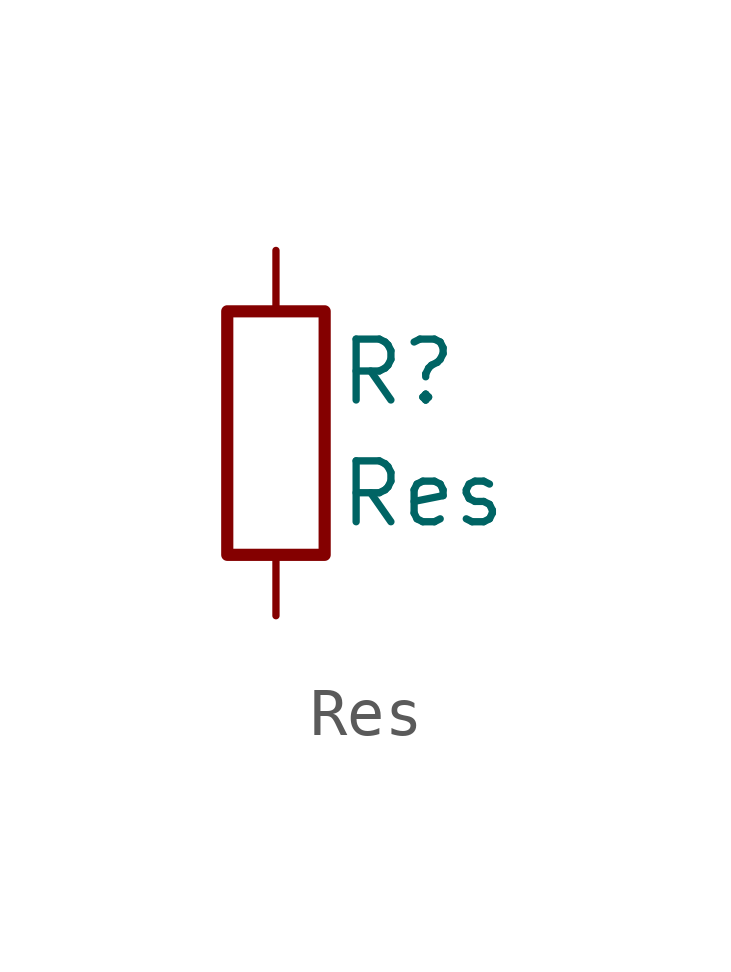
<source format=kicad_sym>
(kicad_symbol_lib
  (version 20241209)
  (generator "kicad_symbol_editor")
  (generator_version "9.0")
  (symbol "Res"
    (pin_numbers
      (hide yes))
    (pin_names
      (offset 0))
    (property "Reference" "R"
      (at 1.27 1.27 0)
      (effects (font (size 1.27 1.27)) (justify left)))
    (property "Value" "Res"
      (at 1.27 -1.27 0)
      (effects (font (size 1.27 1.27)) (justify left)))
    (symbol "Res_0_1"
      (rectangle (start -1.016 -2.54) (end 1.016 2.54) (stroke (width 0.254) (type default)) (fill (type none))))
    (symbol "Res_1_1"
      (pin passive line (at 0 3.81 270) (length 1.27) (name "~" (effects (font (size 1.27 1.27)))) (number "1" (effects (font (size 1.27 1.27)))))
      (pin passive line (at 0 -3.81 90) (length 1.27) (name "~" (effects (font (size 1.27 1.27)))) (number "2" (effects (font (size 1.27 1.27))))))))
</source>
